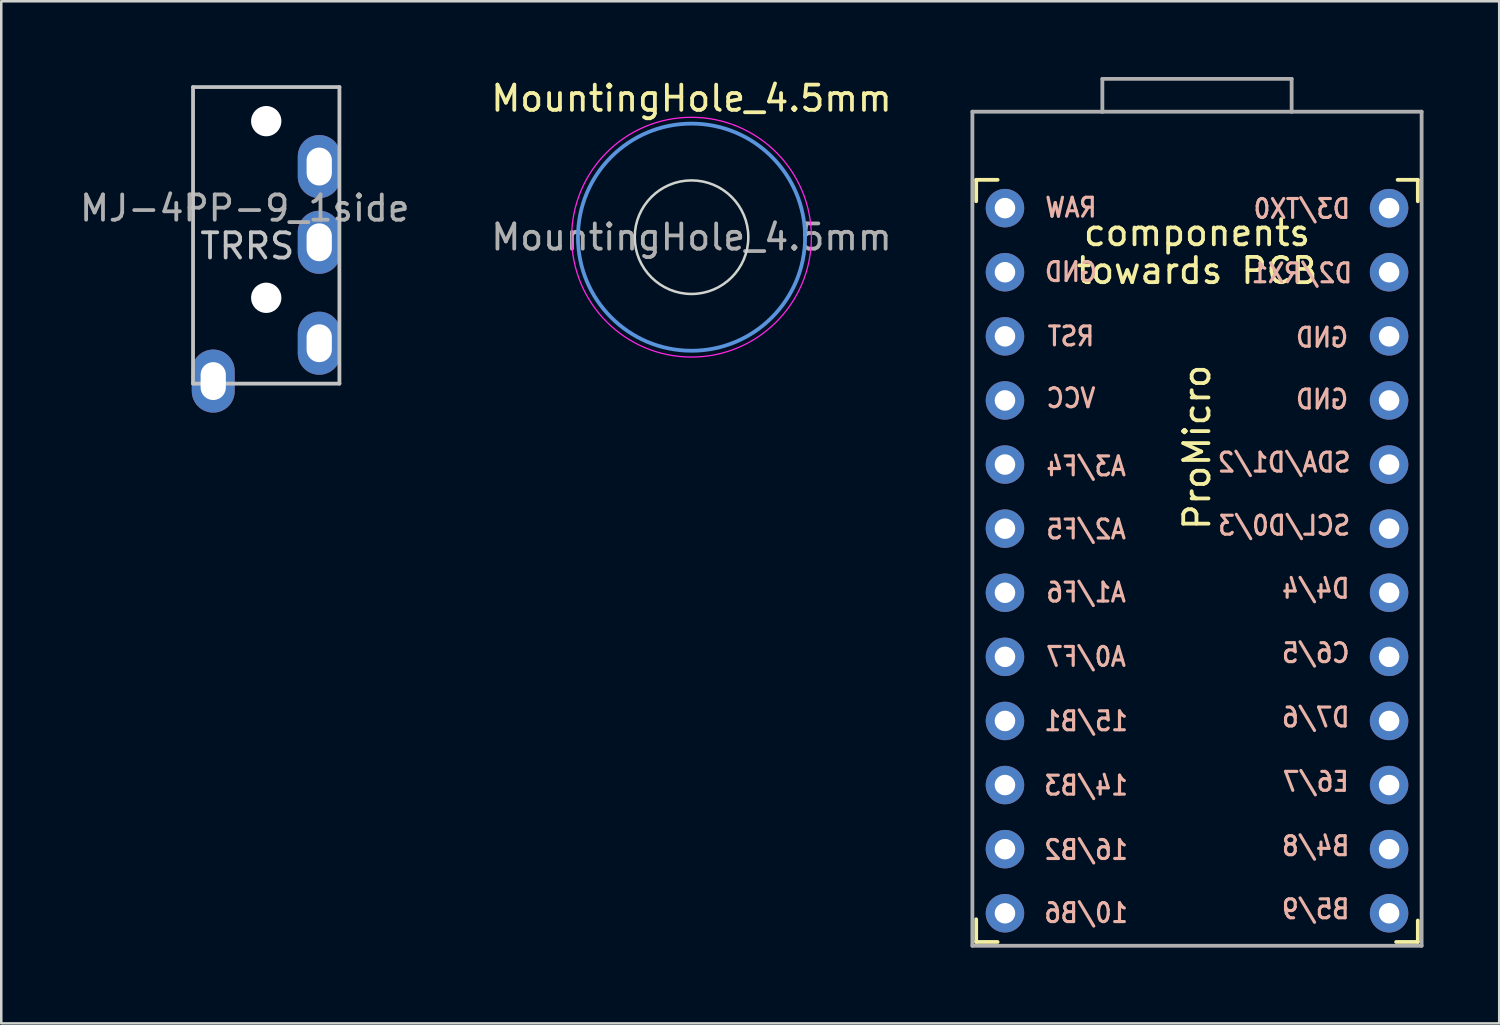
<source format=kicad_pcb>
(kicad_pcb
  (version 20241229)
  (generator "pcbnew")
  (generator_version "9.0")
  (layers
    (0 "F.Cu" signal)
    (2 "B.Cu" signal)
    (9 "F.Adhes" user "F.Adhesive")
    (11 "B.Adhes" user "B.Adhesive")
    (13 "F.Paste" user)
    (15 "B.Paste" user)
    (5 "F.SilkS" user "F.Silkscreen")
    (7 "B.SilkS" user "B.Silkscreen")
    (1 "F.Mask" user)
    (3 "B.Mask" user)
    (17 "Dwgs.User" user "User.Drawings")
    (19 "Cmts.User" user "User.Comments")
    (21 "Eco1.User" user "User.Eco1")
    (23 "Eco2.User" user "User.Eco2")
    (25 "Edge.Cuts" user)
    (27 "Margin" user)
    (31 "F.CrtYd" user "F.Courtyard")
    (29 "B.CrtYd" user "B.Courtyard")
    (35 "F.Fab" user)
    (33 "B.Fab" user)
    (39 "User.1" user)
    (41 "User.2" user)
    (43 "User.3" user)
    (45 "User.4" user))
  (footprint "MountingHole_4.5mm"
    (layer "F.Cu")
    (at 24.351 6.348)
    (property "Reference" "MountingHole_4.5mm" (at 0 -5.5 0) (layer "F.SilkS") (effects (font (size 1 1) (thickness 0.15))))
    (attr exclude_from_pos_files exclude_from_bom)
    (fp_circle (center 0 0) (end 4.5 0) (stroke (width 0.15) (type solid)) (fill no) (layer "Cmts.User"))
    (fp_circle (center 0 0) (end 2.25 0) (stroke (width 0.1) (type solid)) (fill no) (layer "Edge.Cuts"))
    (fp_circle (center 0 0) (end 4.75 0) (stroke (width 0.05) (type solid)) (fill no) (layer "F.CrtYd"))
    (fp_text user "${REFERENCE}" (at 0 0 0) (layer "F.Fab") (effects (font (size 1 1) (thickness 0.15)))))
  (footprint "ProMicro"
    (layer "F.Cu")
    (at 44.38 19.675)
    (property "Reference" "ProMicro" (at 0 -5 270) (layer "F.SilkS") (effects (font (size 1 1) (thickness 0.15))))
    (attr through_hole)
    (fp_line (start -8.75 -15.6) (end -8.75 -14.75) (stroke (width 0.15) (type solid)) (layer "F.SilkS"))
    (fp_line (start -8.75 -15.6) (end -7.9 -15.6) (stroke (width 0.15) (type solid)) (layer "F.SilkS"))
    (fp_line (start -8.75 13.7) (end -8.75 14.6) (stroke (width 0.15) (type solid)) (layer "F.SilkS"))
    (fp_line (start -8.75 14.6) (end -7.9 14.6) (stroke (width 0.15) (type solid)) (layer "F.SilkS"))
    (fp_line (start 8.75 -15.6) (end 7.95 -15.6) (stroke (width 0.15) (type solid)) (layer "F.SilkS"))
    (fp_line (start 8.75 -15.6) (end 8.75 -14.75) (stroke (width 0.15) (type solid)) (layer "F.SilkS"))
    (fp_line (start 8.75 13.75) (end 8.75 14.6) (stroke (width 0.15) (type solid)) (layer "F.SilkS"))
    (fp_line (start 8.75 14.6) (end 7.89 14.6) (stroke (width 0.15) (type solid)) (layer "F.SilkS"))
    (fp_line (start -8.9 -18.3) (end -3.75 -18.3) (stroke (width 0.15) (type solid)) (layer "F.Fab"))
    (fp_line (start -8.9 14.75) (end -8.9 -18.3) (stroke (width 0.15) (type solid)) (layer "F.Fab"))
    (fp_line (start -3.75 -19.6) (end -3.75 -18.299) (stroke (width 0.15) (type solid)) (layer "F.Fab"))
    (fp_line (start -3.75 -19.6) (end 3.75 -19.6) (stroke (width 0.15) (type solid)) (layer "F.Fab"))
    (fp_line (start -3.75 -18.3) (end 3.75 -18.3) (stroke (width 0.15) (type solid)) (layer "F.Fab"))
    (fp_line (start 3.75 -19.6) (end 3.75 -18.3) (stroke (width 0.15) (type solid)) (layer "F.Fab"))
    (fp_line (start 3.76 -18.3) (end 8.9 -18.3) (stroke (width 0.15) (type solid)) (layer "F.Fab"))
    (fp_line (start 8.9 -18.3) (end 8.9 14.75) (stroke (width 0.15) (type solid)) (layer "F.Fab"))
    (fp_line (start 8.9 14.75) (end -8.9 14.75) (stroke (width 0.15) (type solid)) (layer "F.Fab"))
    (fp_text user "components" (at 0 -13.5 0) (unlocked yes) (layer "F.SilkS") (effects (font (size 1 1) (thickness 0.15))))
    (fp_text user "towards PCB" (at 0 -12 0) (unlocked yes) (layer "F.SilkS") (effects (font (size 1 1) (thickness 0.15))))
    (fp_text user "E6/7" (at 4.705 8.25 0) (unlocked yes) (layer "B.SilkS") (effects (font (size 0.75 0.67) (thickness 0.125)) (justify mirror)))
    (fp_text user "16/B2" (at -4.395 10.95 0) (unlocked yes) (layer "B.SilkS") (effects (font (size 0.75 0.67) (thickness 0.125)) (justify mirror)))
    (fp_text user "GND" (at -4.995 -11.95 0) (unlocked yes) (layer "B.SilkS") (effects (font (size 0.75 0.67) (thickness 0.125)) (justify mirror)))
    (fp_text user "B4/8" (at 4.705 10.8 0) (unlocked yes) (layer "B.SilkS") (effects (font (size 0.75 0.67) (thickness 0.125)) (justify mirror)))
    (fp_text user "SCL/D0/3" (at 3.455 -1.9 0) (unlocked yes) (layer "B.SilkS") (effects (font (size 0.75 0.67) (thickness 0.125)) (justify mirror)))
    (fp_text user "14/B3" (at -4.395 8.4 0) (unlocked yes) (layer "B.SilkS") (effects (font (size 0.75 0.67) (thickness 0.125)) (justify mirror)))
    (fp_text user "10/B6" (at -4.395 13.45 0) (unlocked yes) (layer "B.SilkS") (effects (font (size 0.75 0.67) (thickness 0.125)) (justify mirror)))
    (fp_text user "B5/9" (at 4.705 13.3 0) (unlocked yes) (layer "B.SilkS") (effects (font (size 0.75 0.67) (thickness 0.125)) (justify mirror)))
    (fp_text user "GND" (at 4.955 -6.9 0) (unlocked yes) (layer "B.SilkS") (effects (font (size 0.75 0.67) (thickness 0.125)) (justify mirror)))
    (fp_text user "GND" (at 4.955 -9.35 0) (unlocked yes) (layer "B.SilkS") (effects (font (size 0.75 0.67) (thickness 0.125)) (justify mirror)))
    (fp_text user "A3/F4" (at -4.395 -4.25 0) (unlocked yes) (layer "B.SilkS") (effects (font (size 0.75 0.67) (thickness 0.125)) (justify mirror)))
    (fp_text user "A2/F5" (at -4.395 -1.75 0) (unlocked yes) (layer "B.SilkS") (effects (font (size 0.75 0.67) (thickness 0.125)) (justify mirror)))
    (fp_text user "RST" (at -4.995 -9.4 0) (unlocked yes) (layer "B.SilkS") (effects (font (size 0.75 0.67) (thickness 0.125)) (justify mirror)))
    (fp_text user "15/B1" (at -4.395 5.85 0) (unlocked yes) (layer "B.SilkS") (effects (font (size 0.75 0.67) (thickness 0.125)) (justify mirror)))
    (fp_text user "C6/5" (at 4.705 3.15 0) (unlocked yes) (layer "B.SilkS") (effects (font (size 0.75 0.67) (thickness 0.125)) (justify mirror)))
    (fp_text user "SDA/D1/2" (at 3.455 -4.4 0) (unlocked yes) (layer "B.SilkS") (effects (font (size 0.75 0.67) (thickness 0.125)) (justify mirror)))
    (fp_text user "A0/F7" (at -4.395 3.3 0) (unlocked yes) (layer "B.SilkS") (effects (font (size 0.75 0.67) (thickness 0.125)) (justify mirror)))
    (fp_text user "D7/6" (at 4.705 5.7 0) (unlocked yes) (layer "B.SilkS") (effects (font (size 0.75 0.67) (thickness 0.125)) (justify mirror)))
    (fp_text user "RAW" (at -4.995 -14.5 0) (unlocked yes) (layer "B.SilkS") (effects (font (size 0.75 0.67) (thickness 0.125)) (justify mirror)))
    (fp_text user "A1/F6" (at -4.395 0.75 0) (unlocked yes) (layer "B.SilkS") (effects (font (size 0.75 0.67) (thickness 0.125)) (justify mirror)))
    (fp_text user "D4/4" (at 4.705 0.6 0) (unlocked yes) (layer "B.SilkS") (effects (font (size 0.75 0.67) (thickness 0.125)) (justify mirror)))
    (fp_text user "D2/RX1" (at 4.155 -11.9 0) (unlocked yes) (layer "B.SilkS") (effects (font (size 0.75 0.67) (thickness 0.125)) (justify mirror)))
    (fp_text user "VCC" (at -4.995 -6.95 0) (unlocked yes) (layer "B.SilkS") (effects (font (size 0.75 0.67) (thickness 0.125)) (justify mirror)))
    (fp_text user "D3/TX0" (at 4.155 -14.45 0) (unlocked yes) (layer "B.SilkS") (effects (font (size 0.75 0.67) (thickness 0.125)) (justify mirror)))
    (pad "1" thru_hole circle (at 7.611 -14.478) (size 1.524 1.524) (drill 0.813) (layers "*.Cu" "B.Mask"))
    (pad "2" thru_hole circle (at 7.611 -11.938) (size 1.524 1.524) (drill 0.813) (layers "*.Cu" "B.Mask"))
    (pad "3" thru_hole circle (at 7.611 -9.398) (size 1.524 1.524) (drill 0.813) (layers "*.Cu" "B.Mask"))
    (pad "4" thru_hole circle (at 7.611 -6.858) (size 1.524 1.524) (drill 0.813) (layers "*.Cu" "B.Mask"))
    (pad "5" thru_hole circle (at 7.611 -4.318) (size 1.524 1.524) (drill 0.813) (layers "*.Cu" "B.Mask"))
    (pad "6" thru_hole circle (at 7.611 -1.778) (size 1.524 1.524) (drill 0.813) (layers "*.Cu" "B.Mask"))
    (pad "7" thru_hole circle (at 7.611 0.762) (size 1.524 1.524) (drill 0.813) (layers "*.Cu" "B.Mask"))
    (pad "8" thru_hole circle (at 7.611 3.302) (size 1.524 1.524) (drill 0.813) (layers "*.Cu" "B.Mask"))
    (pad "9" thru_hole circle (at 7.611 5.842) (size 1.524 1.524) (drill 0.813) (layers "*.Cu" "B.Mask"))
    (pad "10" thru_hole circle (at 7.611 8.382) (size 1.524 1.524) (drill 0.813) (layers "*.Cu" "B.Mask"))
    (pad "11" thru_hole circle (at 7.611 10.922) (size 1.524 1.524) (drill 0.813) (layers "*.Cu" "B.Mask"))
    (pad "12" thru_hole circle (at 7.611 13.462) (size 1.524 1.524) (drill 0.813) (layers "*.Cu" "B.Mask"))
    (pad "13" thru_hole circle (at -7.609 13.462) (size 1.524 1.524) (drill 0.813) (layers "*.Cu" "B.Mask"))
    (pad "14" thru_hole circle (at -7.609 10.922) (size 1.524 1.524) (drill 0.813) (layers "*.Cu" "B.Mask"))
    (pad "15" thru_hole circle (at -7.609 8.382) (size 1.524 1.524) (drill 0.813) (layers "*.Cu" "B.Mask"))
    (pad "16" thru_hole circle (at -7.609 5.842) (size 1.524 1.524) (drill 0.813) (layers "*.Cu" "B.Mask"))
    (pad "17" thru_hole circle (at -7.609 3.302) (size 1.524 1.524) (drill 0.813) (layers "*.Cu" "B.Mask"))
    (pad "18" thru_hole circle (at -7.609 0.762) (size 1.524 1.524) (drill 0.813) (layers "*.Cu" "B.Mask"))
    (pad "19" thru_hole circle (at -7.609 -1.778) (size 1.524 1.524) (drill 0.813) (layers "*.Cu" "B.Mask"))
    (pad "20" thru_hole circle (at -7.609 -4.318) (size 1.524 1.524) (drill 0.813) (layers "*.Cu" "B.Mask"))
    (pad "21" thru_hole circle (at -7.609 -6.858) (size 1.524 1.524) (drill 0.813) (layers "*.Cu" "B.Mask"))
    (pad "22" thru_hole circle (at -7.609 -9.398) (size 1.524 1.524) (drill 0.813) (layers "*.Cu" "B.Mask"))
    (pad "23" thru_hole circle (at -7.609 -11.938) (size 1.524 1.524) (drill 0.813) (layers "*.Cu" "B.Mask"))
    (pad "24" thru_hole circle (at -7.609 -14.478) (size 1.524 1.524) (drill 0.813) (layers "*.Cu" "B.Mask")))
  (footprint "MJ-4PP-9_1side"
    (layer "F.Cu")
    (at 7.499 0.25)
    (property "Reference" "MJ-4PP-9_1side" (at -0.85 4.95 0) (layer "F.Fab") (effects (font (size 1 1) (thickness 0.15))))
    (attr through_hole)
    (fp_line (start -2.9 0.15) (end 2.9 0.15) (stroke (width 0.15) (type solid)) (layer "Dwgs.User"))
    (fp_line (start -2.9 11.9) (end -2.9 0.15) (stroke (width 0.15) (type solid)) (layer "Dwgs.User"))
    (fp_line (start 2.9 0.15) (end 2.9 11.9) (stroke (width 0.15) (type solid)) (layer "Dwgs.User"))
    (fp_line (start 2.9 11.9) (end -2.9 11.9) (stroke (width 0.15) (type solid)) (layer "Dwgs.User"))
    (fp_text user "TRRS" (at -0.75 6.45 0) (layer "Dwgs.User") (effects (font (size 1 1) (thickness 0.15))))
    (pad "" np_thru_hole circle (at 0 1.5) (size 1.2 1.2) (drill 1.2) (layers "*.Cu" "*.Mask"))
    (pad "" np_thru_hole circle (at 0 8.5) (size 1.2 1.2) (drill 1.2) (layers "*.Cu" "*.Mask"))
    (pad "A" thru_hole oval (at -2.1 11.8) (size 1.7 2.5) (drill oval 1 1.5) (layers "*.Cu" "B.Mask"))
    (pad "B" thru_hole oval (at 2.1 3.3) (size 1.7 2.5) (drill oval 1 1.5) (layers "*.Cu" "B.Mask"))
    (pad "C" thru_hole oval (at 2.1 6.3) (size 1.7 2.5) (drill oval 1 1.5) (layers "*.Cu" "B.Mask"))
    (pad "D" thru_hole oval (at 2.1 10.3) (size 1.7 2.5) (drill oval 1 1.5) (layers "*.Cu" "B.Mask")))
  (gr_rect
    (start -3 -3)
    (end 56.355 37.5)
    (stroke (width 0.1) (type default))
    (fill no)
    (layer "Edge.Cuts")))
</source>
